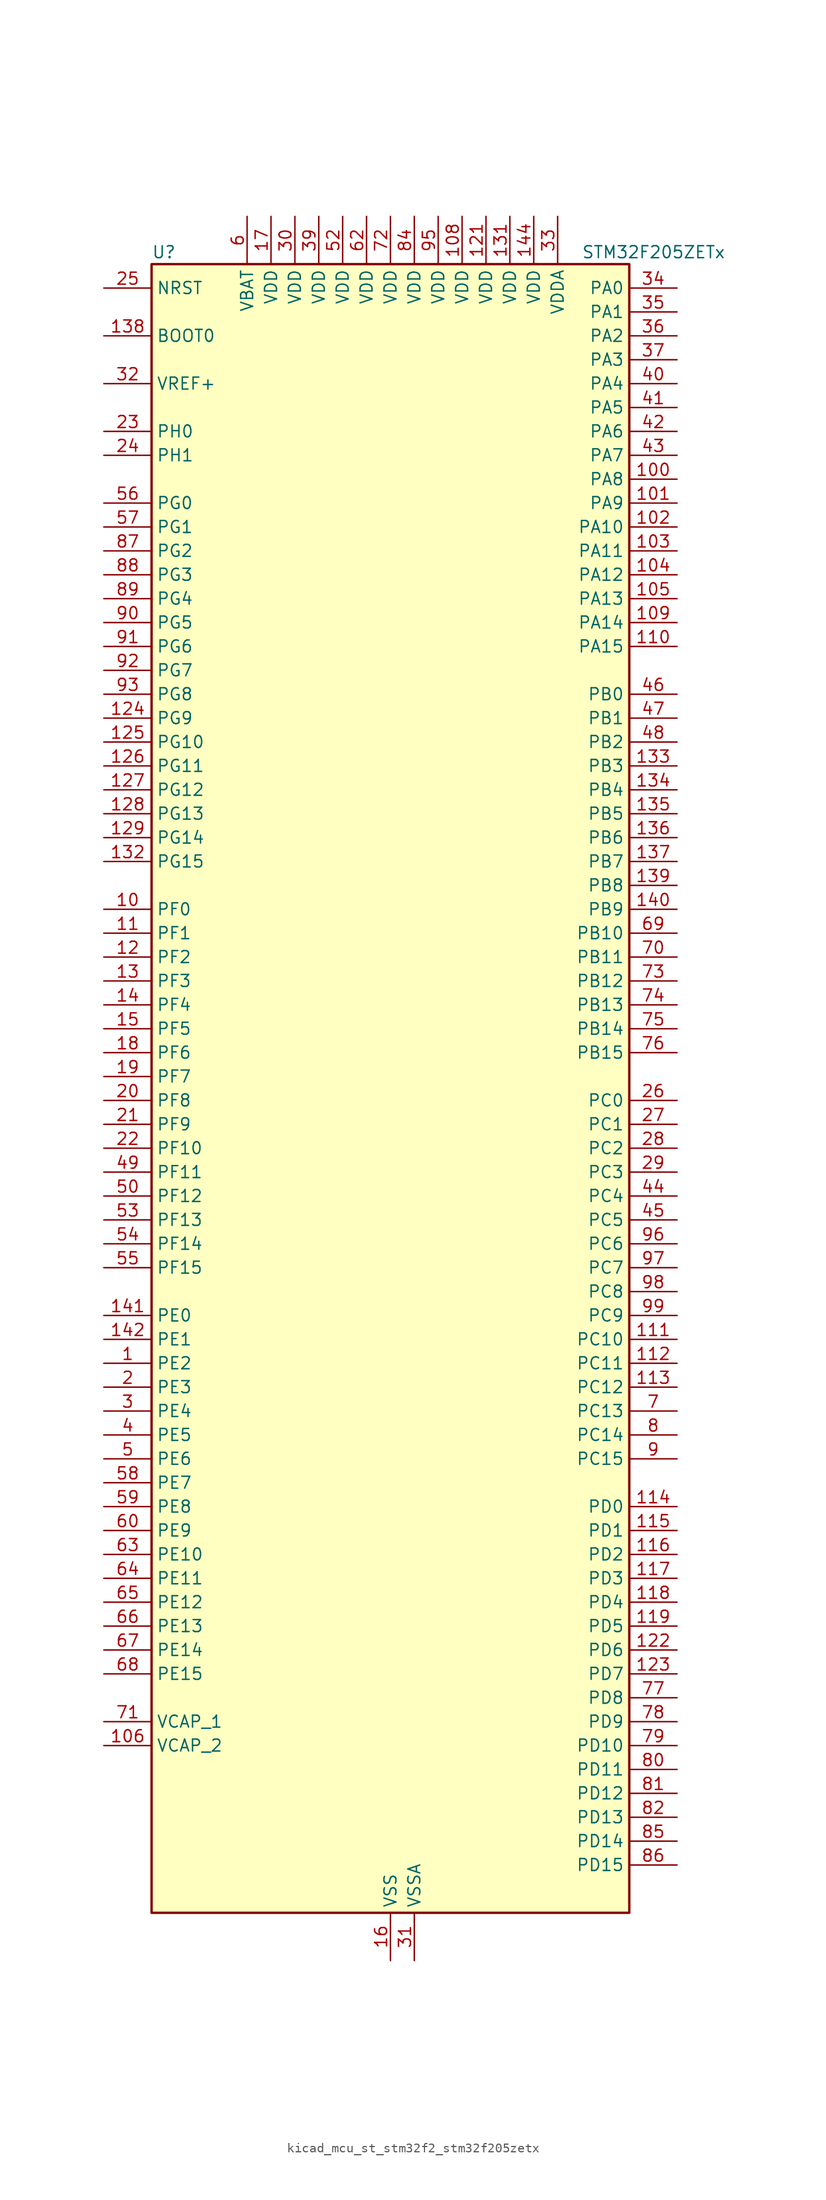
<source format=kicad_sym>
(kicad_symbol_lib
  (version 20220914)
  (generator kicad_symbol_editor)
  (symbol "kicad_mcu_st_stm32f2_stm32f205zetx"
    (property "Reference" "U"
      (at -25.4 90.17 0)
      (effects (font (size 1.27 1.27)) (justify left)))
    (property "Value" "STM32F205ZETx"
      (at 20.32 90.17 0)
      (effects (font (size 1.27 1.27)) (justify left)))
    (property "ki_locked" ""
      (at 0 0 0)
      (effects (font (size 1.27 1.27))))
    (symbol "kicad_mcu_st_stm32f2_stm32f205zetx_0_1"
      (rectangle (start -25.4 -86.36) (end 25.4 88.9) (stroke (width 0.254) (type default)) (fill (type background))))
    (symbol "kicad_mcu_st_stm32f2_stm32f205zetx_1_1"
      (pin bidirectional line (at -30.48 -27.94 0) (length 5.08) (name "PE2" (effects (font (size 1.27 1.27)))) (number "1" (effects (font (size 1.27 1.27)))) (alternate "FSMC_A23" bidirectional line) (alternate "SYS_TRACECLK" bidirectional line))
      (pin bidirectional line (at -30.48 20.32 0) (length 5.08) (name "PF0" (effects (font (size 1.27 1.27)))) (number "10" (effects (font (size 1.27 1.27)))) (alternate "FSMC_A0" bidirectional line) (alternate "I2C2_SDA" bidirectional line))
      (pin bidirectional line (at 30.48 66.04 180) (length 5.08) (name "PA8" (effects (font (size 1.27 1.27)))) (number "100" (effects (font (size 1.27 1.27)))) (alternate "I2C3_SCL" bidirectional line) (alternate "RCC_MCO_1" bidirectional line) (alternate "TIM1_CH1" bidirectional line) (alternate "USART1_CK" bidirectional line) (alternate "USB_OTG_FS_SOF" bidirectional line))
      (pin bidirectional line (at 30.48 63.5 180) (length 5.08) (name "PA9" (effects (font (size 1.27 1.27)))) (number "101" (effects (font (size 1.27 1.27)))) (alternate "DAC_EXTI9" bidirectional line) (alternate "I2C3_SMBA" bidirectional line) (alternate "TIM1_CH2" bidirectional line) (alternate "USART1_TX" bidirectional line) (alternate "USB_OTG_FS_VBUS" bidirectional line))
      (pin bidirectional line (at 30.48 60.96 180) (length 5.08) (name "PA10" (effects (font (size 1.27 1.27)))) (number "102" (effects (font (size 1.27 1.27)))) (alternate "TIM1_CH3" bidirectional line) (alternate "USART1_RX" bidirectional line) (alternate "USB_OTG_FS_ID" bidirectional line))
      (pin bidirectional line (at 30.48 58.42 180) (length 5.08) (name "PA11" (effects (font (size 1.27 1.27)))) (number "103" (effects (font (size 1.27 1.27)))) (alternate "ADC1_EXTI11" bidirectional line) (alternate "ADC2_EXTI11" bidirectional line) (alternate "ADC3_EXTI11" bidirectional line) (alternate "CAN1_RX" bidirectional line) (alternate "TIM1_CH4" bidirectional line) (alternate "USART1_CTS" bidirectional line) (alternate "USB_OTG_FS_DM" bidirectional line))
      (pin bidirectional line (at 30.48 55.88 180) (length 5.08) (name "PA12" (effects (font (size 1.27 1.27)))) (number "104" (effects (font (size 1.27 1.27)))) (alternate "CAN1_TX" bidirectional line) (alternate "TIM1_ETR" bidirectional line) (alternate "USART1_RTS" bidirectional line) (alternate "USB_OTG_FS_DP" bidirectional line))
      (pin bidirectional line (at 30.48 53.34 180) (length 5.08) (name "PA13" (effects (font (size 1.27 1.27)))) (number "105" (effects (font (size 1.27 1.27)))) (alternate "SYS_JTMS-SWDIO" bidirectional line))
      (pin power_out line (at -30.48 -68.58 0) (length 5.08) (name "VCAP_2" (effects (font (size 1.27 1.27)))) (number "106" (effects (font (size 1.27 1.27)))))
      (pin passive line (at 0 -91.44 90) (length 5.08) hide (name "VSS" (effects (font (size 1.27 1.27)))) (number "107" (effects (font (size 1.27 1.27)))))
      (pin power_in line (at 7.62 93.98 270) (length 5.08) (name "VDD" (effects (font (size 1.27 1.27)))) (number "108" (effects (font (size 1.27 1.27)))))
      (pin bidirectional line (at 30.48 50.8 180) (length 5.08) (name "PA14" (effects (font (size 1.27 1.27)))) (number "109" (effects (font (size 1.27 1.27)))) (alternate "SYS_JTCK-SWCLK" bidirectional line))
      (pin bidirectional line (at -30.48 17.78 0) (length 5.08) (name "PF1" (effects (font (size 1.27 1.27)))) (number "11" (effects (font (size 1.27 1.27)))) (alternate "FSMC_A1" bidirectional line) (alternate "I2C2_SCL" bidirectional line))
      (pin bidirectional line (at 30.48 48.26 180) (length 5.08) (name "PA15" (effects (font (size 1.27 1.27)))) (number "110" (effects (font (size 1.27 1.27)))) (alternate "ADC1_EXTI15" bidirectional line) (alternate "ADC2_EXTI15" bidirectional line) (alternate "ADC3_EXTI15" bidirectional line) (alternate "I2S3_WS" bidirectional line) (alternate "SPI1_NSS" bidirectional line) (alternate "SPI3_NSS" bidirectional line) (alternate "SYS_JTDI" bidirectional line) (alternate "TIM2_CH1" bidirectional line) (alternate "TIM2_ETR" bidirectional line))
      (pin bidirectional line (at 30.48 -25.4 180) (length 5.08) (name "PC10" (effects (font (size 1.27 1.27)))) (number "111" (effects (font (size 1.27 1.27)))) (alternate "I2S3_SCK" bidirectional line) (alternate "SDIO_D2" bidirectional line) (alternate "SPI3_SCK" bidirectional line) (alternate "UART4_TX" bidirectional line) (alternate "USART3_TX" bidirectional line))
      (pin bidirectional line (at 30.48 -27.94 180) (length 5.08) (name "PC11" (effects (font (size 1.27 1.27)))) (number "112" (effects (font (size 1.27 1.27)))) (alternate "ADC1_EXTI11" bidirectional line) (alternate "ADC2_EXTI11" bidirectional line) (alternate "ADC3_EXTI11" bidirectional line) (alternate "SDIO_D3" bidirectional line) (alternate "SPI3_MISO" bidirectional line) (alternate "UART4_RX" bidirectional line) (alternate "USART3_RX" bidirectional line))
      (pin bidirectional line (at 30.48 -30.48 180) (length 5.08) (name "PC12" (effects (font (size 1.27 1.27)))) (number "113" (effects (font (size 1.27 1.27)))) (alternate "I2S3_SD" bidirectional line) (alternate "SDIO_CK" bidirectional line) (alternate "SPI3_MOSI" bidirectional line) (alternate "UART5_TX" bidirectional line) (alternate "USART3_CK" bidirectional line))
      (pin bidirectional line (at 30.48 -43.18 180) (length 5.08) (name "PD0" (effects (font (size 1.27 1.27)))) (number "114" (effects (font (size 1.27 1.27)))) (alternate "CAN1_RX" bidirectional line) (alternate "FSMC_D2" bidirectional line) (alternate "FSMC_DA2" bidirectional line))
      (pin bidirectional line (at 30.48 -45.72 180) (length 5.08) (name "PD1" (effects (font (size 1.27 1.27)))) (number "115" (effects (font (size 1.27 1.27)))) (alternate "CAN1_TX" bidirectional line) (alternate "FSMC_D3" bidirectional line) (alternate "FSMC_DA3" bidirectional line))
      (pin bidirectional line (at 30.48 -48.26 180) (length 5.08) (name "PD2" (effects (font (size 1.27 1.27)))) (number "116" (effects (font (size 1.27 1.27)))) (alternate "SDIO_CMD" bidirectional line) (alternate "TIM3_ETR" bidirectional line) (alternate "UART5_RX" bidirectional line))
      (pin bidirectional line (at 30.48 -50.8 180) (length 5.08) (name "PD3" (effects (font (size 1.27 1.27)))) (number "117" (effects (font (size 1.27 1.27)))) (alternate "FSMC_CLK" bidirectional line) (alternate "USART2_CTS" bidirectional line))
      (pin bidirectional line (at 30.48 -53.34 180) (length 5.08) (name "PD4" (effects (font (size 1.27 1.27)))) (number "118" (effects (font (size 1.27 1.27)))) (alternate "FSMC_NOE" bidirectional line) (alternate "USART2_RTS" bidirectional line))
      (pin bidirectional line (at 30.48 -55.88 180) (length 5.08) (name "PD5" (effects (font (size 1.27 1.27)))) (number "119" (effects (font (size 1.27 1.27)))) (alternate "FSMC_NWE" bidirectional line) (alternate "USART2_TX" bidirectional line))
      (pin bidirectional line (at -30.48 15.24 0) (length 5.08) (name "PF2" (effects (font (size 1.27 1.27)))) (number "12" (effects (font (size 1.27 1.27)))) (alternate "FSMC_A2" bidirectional line) (alternate "I2C2_SMBA" bidirectional line))
      (pin passive line (at 0 -91.44 90) (length 5.08) hide (name "VSS" (effects (font (size 1.27 1.27)))) (number "120" (effects (font (size 1.27 1.27)))))
      (pin power_in line (at 10.16 93.98 270) (length 5.08) (name "VDD" (effects (font (size 1.27 1.27)))) (number "121" (effects (font (size 1.27 1.27)))))
      (pin bidirectional line (at 30.48 -58.42 180) (length 5.08) (name "PD6" (effects (font (size 1.27 1.27)))) (number "122" (effects (font (size 1.27 1.27)))) (alternate "FSMC_NWAIT" bidirectional line) (alternate "USART2_RX" bidirectional line))
      (pin bidirectional line (at 30.48 -60.96 180) (length 5.08) (name "PD7" (effects (font (size 1.27 1.27)))) (number "123" (effects (font (size 1.27 1.27)))) (alternate "FSMC_NCE2" bidirectional line) (alternate "FSMC_NE1" bidirectional line) (alternate "USART2_CK" bidirectional line))
      (pin bidirectional line (at -30.48 40.64 0) (length 5.08) (name "PG9" (effects (font (size 1.27 1.27)))) (number "124" (effects (font (size 1.27 1.27)))) (alternate "DAC_EXTI9" bidirectional line) (alternate "FSMC_NCE3" bidirectional line) (alternate "FSMC_NE2" bidirectional line) (alternate "USART6_RX" bidirectional line))
      (pin bidirectional line (at -30.48 38.1 0) (length 5.08) (name "PG10" (effects (font (size 1.27 1.27)))) (number "125" (effects (font (size 1.27 1.27)))) (alternate "FSMC_NCE4_1" bidirectional line) (alternate "FSMC_NE3" bidirectional line))
      (pin bidirectional line (at -30.48 35.56 0) (length 5.08) (name "PG11" (effects (font (size 1.27 1.27)))) (number "126" (effects (font (size 1.27 1.27)))) (alternate "ADC1_EXTI11" bidirectional line) (alternate "ADC2_EXTI11" bidirectional line) (alternate "ADC3_EXTI11" bidirectional line) (alternate "FSMC_NCE4_2" bidirectional line))
      (pin bidirectional line (at -30.48 33.02 0) (length 5.08) (name "PG12" (effects (font (size 1.27 1.27)))) (number "127" (effects (font (size 1.27 1.27)))) (alternate "FSMC_NE4" bidirectional line) (alternate "USART6_RTS" bidirectional line))
      (pin bidirectional line (at -30.48 30.48 0) (length 5.08) (name "PG13" (effects (font (size 1.27 1.27)))) (number "128" (effects (font (size 1.27 1.27)))) (alternate "FSMC_A24" bidirectional line) (alternate "USART6_CTS" bidirectional line))
      (pin bidirectional line (at -30.48 27.94 0) (length 5.08) (name "PG14" (effects (font (size 1.27 1.27)))) (number "129" (effects (font (size 1.27 1.27)))) (alternate "FSMC_A25" bidirectional line) (alternate "USART6_TX" bidirectional line))
      (pin bidirectional line (at -30.48 12.7 0) (length 5.08) (name "PF3" (effects (font (size 1.27 1.27)))) (number "13" (effects (font (size 1.27 1.27)))) (alternate "ADC3_IN9" bidirectional line) (alternate "FSMC_A3" bidirectional line))
      (pin passive line (at 0 -91.44 90) (length 5.08) hide (name "VSS" (effects (font (size 1.27 1.27)))) (number "130" (effects (font (size 1.27 1.27)))))
      (pin power_in line (at 12.7 93.98 270) (length 5.08) (name "VDD" (effects (font (size 1.27 1.27)))) (number "131" (effects (font (size 1.27 1.27)))))
      (pin bidirectional line (at -30.48 25.4 0) (length 5.08) (name "PG15" (effects (font (size 1.27 1.27)))) (number "132" (effects (font (size 1.27 1.27)))) (alternate "ADC1_EXTI15" bidirectional line) (alternate "ADC2_EXTI15" bidirectional line) (alternate "ADC3_EXTI15" bidirectional line) (alternate "USART6_CTS" bidirectional line))
      (pin bidirectional line (at 30.48 35.56 180) (length 5.08) (name "PB3" (effects (font (size 1.27 1.27)))) (number "133" (effects (font (size 1.27 1.27)))) (alternate "I2S3_SCK" bidirectional line) (alternate "SPI1_SCK" bidirectional line) (alternate "SPI3_SCK" bidirectional line) (alternate "SYS_JTDO-SWO" bidirectional line) (alternate "TIM2_CH2" bidirectional line))
      (pin bidirectional line (at 30.48 33.02 180) (length 5.08) (name "PB4" (effects (font (size 1.27 1.27)))) (number "134" (effects (font (size 1.27 1.27)))) (alternate "SPI1_MISO" bidirectional line) (alternate "SPI3_MISO" bidirectional line) (alternate "SYS_JTRST" bidirectional line) (alternate "TIM3_CH1" bidirectional line))
      (pin bidirectional line (at 30.48 30.48 180) (length 5.08) (name "PB5" (effects (font (size 1.27 1.27)))) (number "135" (effects (font (size 1.27 1.27)))) (alternate "CAN2_RX" bidirectional line) (alternate "I2C1_SMBA" bidirectional line) (alternate "I2S3_SD" bidirectional line) (alternate "SPI1_MOSI" bidirectional line) (alternate "SPI3_MOSI" bidirectional line) (alternate "TIM3_CH2" bidirectional line) (alternate "USB_OTG_HS_ULPI_D7" bidirectional line))
      (pin bidirectional line (at 30.48 27.94 180) (length 5.08) (name "PB6" (effects (font (size 1.27 1.27)))) (number "136" (effects (font (size 1.27 1.27)))) (alternate "CAN2_TX" bidirectional line) (alternate "I2C1_SCL" bidirectional line) (alternate "TIM4_CH1" bidirectional line) (alternate "USART1_TX" bidirectional line))
      (pin bidirectional line (at 30.48 25.4 180) (length 5.08) (name "PB7" (effects (font (size 1.27 1.27)))) (number "137" (effects (font (size 1.27 1.27)))) (alternate "FSMC_NL" bidirectional line) (alternate "I2C1_SDA" bidirectional line) (alternate "TIM4_CH2" bidirectional line) (alternate "USART1_RX" bidirectional line))
      (pin input line (at -30.48 81.28 0) (length 5.08) (name "BOOT0" (effects (font (size 1.27 1.27)))) (number "138" (effects (font (size 1.27 1.27)))))
      (pin bidirectional line (at 30.48 22.86 180) (length 5.08) (name "PB8" (effects (font (size 1.27 1.27)))) (number "139" (effects (font (size 1.27 1.27)))) (alternate "CAN1_RX" bidirectional line) (alternate "I2C1_SCL" bidirectional line) (alternate "SDIO_D4" bidirectional line) (alternate "TIM10_CH1" bidirectional line) (alternate "TIM4_CH3" bidirectional line))
      (pin bidirectional line (at -30.48 10.16 0) (length 5.08) (name "PF4" (effects (font (size 1.27 1.27)))) (number "14" (effects (font (size 1.27 1.27)))) (alternate "ADC3_IN14" bidirectional line) (alternate "FSMC_A4" bidirectional line))
      (pin bidirectional line (at 30.48 20.32 180) (length 5.08) (name "PB9" (effects (font (size 1.27 1.27)))) (number "140" (effects (font (size 1.27 1.27)))) (alternate "CAN1_TX" bidirectional line) (alternate "DAC_EXTI9" bidirectional line) (alternate "I2C1_SDA" bidirectional line) (alternate "I2S2_WS" bidirectional line) (alternate "SDIO_D5" bidirectional line) (alternate "SPI2_NSS" bidirectional line) (alternate "TIM11_CH1" bidirectional line) (alternate "TIM4_CH4" bidirectional line))
      (pin bidirectional line (at -30.48 -22.86 0) (length 5.08) (name "PE0" (effects (font (size 1.27 1.27)))) (number "141" (effects (font (size 1.27 1.27)))) (alternate "FSMC_NBL0" bidirectional line) (alternate "TIM4_ETR" bidirectional line))
      (pin bidirectional line (at -30.48 -25.4 0) (length 5.08) (name "PE1" (effects (font (size 1.27 1.27)))) (number "142" (effects (font (size 1.27 1.27)))) (alternate "FSMC_NBL1" bidirectional line))
      (pin no_connect line (at -25.4 -86.36 0) (length 5.08) hide (name "RFU" (effects (font (size 1.27 1.27)))) (number "143" (effects (font (size 1.27 1.27)))))
      (pin power_in line (at 15.24 93.98 270) (length 5.08) (name "VDD" (effects (font (size 1.27 1.27)))) (number "144" (effects (font (size 1.27 1.27)))))
      (pin bidirectional line (at -30.48 7.62 0) (length 5.08) (name "PF5" (effects (font (size 1.27 1.27)))) (number "15" (effects (font (size 1.27 1.27)))) (alternate "ADC3_IN15" bidirectional line) (alternate "FSMC_A5" bidirectional line))
      (pin power_in line (at 0 -91.44 90) (length 5.08) (name "VSS" (effects (font (size 1.27 1.27)))) (number "16" (effects (font (size 1.27 1.27)))))
      (pin power_in line (at -12.7 93.98 270) (length 5.08) (name "VDD" (effects (font (size 1.27 1.27)))) (number "17" (effects (font (size 1.27 1.27)))))
      (pin bidirectional line (at -30.48 5.08 0) (length 5.08) (name "PF6" (effects (font (size 1.27 1.27)))) (number "18" (effects (font (size 1.27 1.27)))) (alternate "ADC3_IN4" bidirectional line) (alternate "FSMC_NIORD" bidirectional line) (alternate "TIM10_CH1" bidirectional line))
      (pin bidirectional line (at -30.48 2.54 0) (length 5.08) (name "PF7" (effects (font (size 1.27 1.27)))) (number "19" (effects (font (size 1.27 1.27)))) (alternate "ADC3_IN5" bidirectional line) (alternate "FSMC_NREG" bidirectional line) (alternate "TIM11_CH1" bidirectional line))
      (pin bidirectional line (at -30.48 -30.48 0) (length 5.08) (name "PE3" (effects (font (size 1.27 1.27)))) (number "2" (effects (font (size 1.27 1.27)))) (alternate "FSMC_A19" bidirectional line) (alternate "SYS_TRACED0" bidirectional line))
      (pin bidirectional line (at -30.48 0 0) (length 5.08) (name "PF8" (effects (font (size 1.27 1.27)))) (number "20" (effects (font (size 1.27 1.27)))) (alternate "ADC3_IN6" bidirectional line) (alternate "FSMC_NIOWR" bidirectional line) (alternate "TIM13_CH1" bidirectional line))
      (pin bidirectional line (at -30.48 -2.54 0) (length 5.08) (name "PF9" (effects (font (size 1.27 1.27)))) (number "21" (effects (font (size 1.27 1.27)))) (alternate "ADC3_IN7" bidirectional line) (alternate "DAC_EXTI9" bidirectional line) (alternate "FSMC_CD" bidirectional line) (alternate "TIM14_CH1" bidirectional line))
      (pin bidirectional line (at -30.48 -5.08 0) (length 5.08) (name "PF10" (effects (font (size 1.27 1.27)))) (number "22" (effects (font (size 1.27 1.27)))) (alternate "ADC3_IN8" bidirectional line) (alternate "FSMC_INTR" bidirectional line))
      (pin bidirectional line (at -30.48 71.12 0) (length 5.08) (name "PH0" (effects (font (size 1.27 1.27)))) (number "23" (effects (font (size 1.27 1.27)))) (alternate "RCC_OSC_IN" bidirectional line))
      (pin bidirectional line (at -30.48 68.58 0) (length 5.08) (name "PH1" (effects (font (size 1.27 1.27)))) (number "24" (effects (font (size 1.27 1.27)))) (alternate "RCC_OSC_OUT" bidirectional line))
      (pin input line (at -30.48 86.36 0) (length 5.08) (name "NRST" (effects (font (size 1.27 1.27)))) (number "25" (effects (font (size 1.27 1.27)))))
      (pin bidirectional line (at 30.48 0 180) (length 5.08) (name "PC0" (effects (font (size 1.27 1.27)))) (number "26" (effects (font (size 1.27 1.27)))) (alternate "ADC1_IN10" bidirectional line) (alternate "ADC2_IN10" bidirectional line) (alternate "ADC3_IN10" bidirectional line) (alternate "USB_OTG_HS_ULPI_STP" bidirectional line))
      (pin bidirectional line (at 30.48 -2.54 180) (length 5.08) (name "PC1" (effects (font (size 1.27 1.27)))) (number "27" (effects (font (size 1.27 1.27)))) (alternate "ADC1_IN11" bidirectional line) (alternate "ADC2_IN11" bidirectional line) (alternate "ADC3_IN11" bidirectional line))
      (pin bidirectional line (at 30.48 -5.08 180) (length 5.08) (name "PC2" (effects (font (size 1.27 1.27)))) (number "28" (effects (font (size 1.27 1.27)))) (alternate "ADC1_IN12" bidirectional line) (alternate "ADC2_IN12" bidirectional line) (alternate "ADC3_IN12" bidirectional line) (alternate "SPI2_MISO" bidirectional line) (alternate "USB_OTG_HS_ULPI_DIR" bidirectional line))
      (pin bidirectional line (at 30.48 -7.62 180) (length 5.08) (name "PC3" (effects (font (size 1.27 1.27)))) (number "29" (effects (font (size 1.27 1.27)))) (alternate "ADC1_IN13" bidirectional line) (alternate "ADC2_IN13" bidirectional line) (alternate "ADC3_IN13" bidirectional line) (alternate "I2S2_SD" bidirectional line) (alternate "SPI2_MOSI" bidirectional line) (alternate "USB_OTG_HS_ULPI_NXT" bidirectional line))
      (pin bidirectional line (at -30.48 -33.02 0) (length 5.08) (name "PE4" (effects (font (size 1.27 1.27)))) (number "3" (effects (font (size 1.27 1.27)))) (alternate "FSMC_A20" bidirectional line) (alternate "SYS_TRACED1" bidirectional line))
      (pin power_in line (at -10.16 93.98 270) (length 5.08) (name "VDD" (effects (font (size 1.27 1.27)))) (number "30" (effects (font (size 1.27 1.27)))))
      (pin power_in line (at 2.54 -91.44 90) (length 5.08) (name "VSSA" (effects (font (size 1.27 1.27)))) (number "31" (effects (font (size 1.27 1.27)))))
      (pin input line (at -30.48 76.2 0) (length 5.08) (name "VREF+" (effects (font (size 1.27 1.27)))) (number "32" (effects (font (size 1.27 1.27)))))
      (pin power_in line (at 17.78 93.98 270) (length 5.08) (name "VDDA" (effects (font (size 1.27 1.27)))) (number "33" (effects (font (size 1.27 1.27)))))
      (pin bidirectional line (at 30.48 86.36 180) (length 5.08) (name "PA0" (effects (font (size 1.27 1.27)))) (number "34" (effects (font (size 1.27 1.27)))) (alternate "ADC1_IN0" bidirectional line) (alternate "ADC2_IN0" bidirectional line) (alternate "ADC3_IN0" bidirectional line) (alternate "SYS_WKUP" bidirectional line) (alternate "TIM2_CH1" bidirectional line) (alternate "TIM2_ETR" bidirectional line) (alternate "TIM5_CH1" bidirectional line) (alternate "TIM8_ETR" bidirectional line) (alternate "UART4_TX" bidirectional line) (alternate "USART2_CTS" bidirectional line))
      (pin bidirectional line (at 30.48 83.82 180) (length 5.08) (name "PA1" (effects (font (size 1.27 1.27)))) (number "35" (effects (font (size 1.27 1.27)))) (alternate "ADC1_IN1" bidirectional line) (alternate "ADC2_IN1" bidirectional line) (alternate "ADC3_IN1" bidirectional line) (alternate "TIM2_CH2" bidirectional line) (alternate "TIM5_CH2" bidirectional line) (alternate "UART4_RX" bidirectional line) (alternate "USART2_RTS" bidirectional line))
      (pin bidirectional line (at 30.48 81.28 180) (length 5.08) (name "PA2" (effects (font (size 1.27 1.27)))) (number "36" (effects (font (size 1.27 1.27)))) (alternate "ADC1_IN2" bidirectional line) (alternate "ADC2_IN2" bidirectional line) (alternate "ADC3_IN2" bidirectional line) (alternate "TIM2_CH3" bidirectional line) (alternate "TIM5_CH3" bidirectional line) (alternate "TIM9_CH1" bidirectional line) (alternate "USART2_TX" bidirectional line))
      (pin bidirectional line (at 30.48 78.74 180) (length 5.08) (name "PA3" (effects (font (size 1.27 1.27)))) (number "37" (effects (font (size 1.27 1.27)))) (alternate "ADC1_IN3" bidirectional line) (alternate "ADC2_IN3" bidirectional line) (alternate "ADC3_IN3" bidirectional line) (alternate "TIM2_CH4" bidirectional line) (alternate "TIM5_CH4" bidirectional line) (alternate "TIM9_CH2" bidirectional line) (alternate "USART2_RX" bidirectional line) (alternate "USB_OTG_HS_ULPI_D0" bidirectional line))
      (pin passive line (at 0 -91.44 90) (length 5.08) hide (name "VSS" (effects (font (size 1.27 1.27)))) (number "38" (effects (font (size 1.27 1.27)))))
      (pin power_in line (at -7.62 93.98 270) (length 5.08) (name "VDD" (effects (font (size 1.27 1.27)))) (number "39" (effects (font (size 1.27 1.27)))))
      (pin bidirectional line (at -30.48 -35.56 0) (length 5.08) (name "PE5" (effects (font (size 1.27 1.27)))) (number "4" (effects (font (size 1.27 1.27)))) (alternate "FSMC_A21" bidirectional line) (alternate "SYS_TRACED2" bidirectional line) (alternate "TIM9_CH1" bidirectional line))
      (pin bidirectional line (at 30.48 76.2 180) (length 5.08) (name "PA4" (effects (font (size 1.27 1.27)))) (number "40" (effects (font (size 1.27 1.27)))) (alternate "ADC1_IN4" bidirectional line) (alternate "ADC2_IN4" bidirectional line) (alternate "DAC_OUT1" bidirectional line) (alternate "I2S3_WS" bidirectional line) (alternate "SPI1_NSS" bidirectional line) (alternate "SPI3_NSS" bidirectional line) (alternate "USART2_CK" bidirectional line) (alternate "USB_OTG_HS_SOF" bidirectional line))
      (pin bidirectional line (at 30.48 73.66 180) (length 5.08) (name "PA5" (effects (font (size 1.27 1.27)))) (number "41" (effects (font (size 1.27 1.27)))) (alternate "ADC1_IN5" bidirectional line) (alternate "ADC2_IN5" bidirectional line) (alternate "DAC_OUT2" bidirectional line) (alternate "SPI1_SCK" bidirectional line) (alternate "TIM2_CH1" bidirectional line) (alternate "TIM2_ETR" bidirectional line) (alternate "TIM8_CH1N" bidirectional line) (alternate "USB_OTG_HS_ULPI_CK" bidirectional line))
      (pin bidirectional line (at 30.48 71.12 180) (length 5.08) (name "PA6" (effects (font (size 1.27 1.27)))) (number "42" (effects (font (size 1.27 1.27)))) (alternate "ADC1_IN6" bidirectional line) (alternate "ADC2_IN6" bidirectional line) (alternate "SPI1_MISO" bidirectional line) (alternate "TIM13_CH1" bidirectional line) (alternate "TIM1_BKIN" bidirectional line) (alternate "TIM3_CH1" bidirectional line) (alternate "TIM8_BKIN" bidirectional line))
      (pin bidirectional line (at 30.48 68.58 180) (length 5.08) (name "PA7" (effects (font (size 1.27 1.27)))) (number "43" (effects (font (size 1.27 1.27)))) (alternate "ADC1_IN7" bidirectional line) (alternate "ADC2_IN7" bidirectional line) (alternate "SPI1_MOSI" bidirectional line) (alternate "TIM14_CH1" bidirectional line) (alternate "TIM1_CH1N" bidirectional line) (alternate "TIM3_CH2" bidirectional line) (alternate "TIM8_CH1N" bidirectional line))
      (pin bidirectional line (at 30.48 -10.16 180) (length 5.08) (name "PC4" (effects (font (size 1.27 1.27)))) (number "44" (effects (font (size 1.27 1.27)))) (alternate "ADC1_IN14" bidirectional line) (alternate "ADC2_IN14" bidirectional line))
      (pin bidirectional line (at 30.48 -12.7 180) (length 5.08) (name "PC5" (effects (font (size 1.27 1.27)))) (number "45" (effects (font (size 1.27 1.27)))) (alternate "ADC1_IN15" bidirectional line) (alternate "ADC2_IN15" bidirectional line))
      (pin bidirectional line (at 30.48 43.18 180) (length 5.08) (name "PB0" (effects (font (size 1.27 1.27)))) (number "46" (effects (font (size 1.27 1.27)))) (alternate "ADC1_IN8" bidirectional line) (alternate "ADC2_IN8" bidirectional line) (alternate "TIM1_CH2N" bidirectional line) (alternate "TIM3_CH3" bidirectional line) (alternate "TIM8_CH2N" bidirectional line) (alternate "USB_OTG_HS_ULPI_D1" bidirectional line))
      (pin bidirectional line (at 30.48 40.64 180) (length 5.08) (name "PB1" (effects (font (size 1.27 1.27)))) (number "47" (effects (font (size 1.27 1.27)))) (alternate "ADC1_IN9" bidirectional line) (alternate "ADC2_IN9" bidirectional line) (alternate "TIM1_CH3N" bidirectional line) (alternate "TIM3_CH4" bidirectional line) (alternate "TIM8_CH3N" bidirectional line) (alternate "USB_OTG_HS_ULPI_D2" bidirectional line))
      (pin bidirectional line (at 30.48 38.1 180) (length 5.08) (name "PB2" (effects (font (size 1.27 1.27)))) (number "48" (effects (font (size 1.27 1.27)))))
      (pin bidirectional line (at -30.48 -7.62 0) (length 5.08) (name "PF11" (effects (font (size 1.27 1.27)))) (number "49" (effects (font (size 1.27 1.27)))) (alternate "ADC1_EXTI11" bidirectional line) (alternate "ADC2_EXTI11" bidirectional line) (alternate "ADC3_EXTI11" bidirectional line))
      (pin bidirectional line (at -30.48 -38.1 0) (length 5.08) (name "PE6" (effects (font (size 1.27 1.27)))) (number "5" (effects (font (size 1.27 1.27)))) (alternate "FSMC_A22" bidirectional line) (alternate "SYS_TRACED3" bidirectional line) (alternate "TIM9_CH2" bidirectional line))
      (pin bidirectional line (at -30.48 -10.16 0) (length 5.08) (name "PF12" (effects (font (size 1.27 1.27)))) (number "50" (effects (font (size 1.27 1.27)))) (alternate "FSMC_A6" bidirectional line))
      (pin passive line (at 0 -91.44 90) (length 5.08) hide (name "VSS" (effects (font (size 1.27 1.27)))) (number "51" (effects (font (size 1.27 1.27)))))
      (pin power_in line (at -5.08 93.98 270) (length 5.08) (name "VDD" (effects (font (size 1.27 1.27)))) (number "52" (effects (font (size 1.27 1.27)))))
      (pin bidirectional line (at -30.48 -12.7 0) (length 5.08) (name "PF13" (effects (font (size 1.27 1.27)))) (number "53" (effects (font (size 1.27 1.27)))) (alternate "FSMC_A7" bidirectional line))
      (pin bidirectional line (at -30.48 -15.24 0) (length 5.08) (name "PF14" (effects (font (size 1.27 1.27)))) (number "54" (effects (font (size 1.27 1.27)))) (alternate "FSMC_A8" bidirectional line))
      (pin bidirectional line (at -30.48 -17.78 0) (length 5.08) (name "PF15" (effects (font (size 1.27 1.27)))) (number "55" (effects (font (size 1.27 1.27)))) (alternate "ADC1_EXTI15" bidirectional line) (alternate "ADC2_EXTI15" bidirectional line) (alternate "ADC3_EXTI15" bidirectional line) (alternate "FSMC_A9" bidirectional line))
      (pin bidirectional line (at -30.48 63.5 0) (length 5.08) (name "PG0" (effects (font (size 1.27 1.27)))) (number "56" (effects (font (size 1.27 1.27)))) (alternate "FSMC_A10" bidirectional line))
      (pin bidirectional line (at -30.48 60.96 0) (length 5.08) (name "PG1" (effects (font (size 1.27 1.27)))) (number "57" (effects (font (size 1.27 1.27)))) (alternate "FSMC_A11" bidirectional line))
      (pin bidirectional line (at -30.48 -40.64 0) (length 5.08) (name "PE7" (effects (font (size 1.27 1.27)))) (number "58" (effects (font (size 1.27 1.27)))) (alternate "FSMC_D4" bidirectional line) (alternate "FSMC_DA4" bidirectional line) (alternate "TIM1_ETR" bidirectional line))
      (pin bidirectional line (at -30.48 -43.18 0) (length 5.08) (name "PE8" (effects (font (size 1.27 1.27)))) (number "59" (effects (font (size 1.27 1.27)))) (alternate "FSMC_D5" bidirectional line) (alternate "FSMC_DA5" bidirectional line) (alternate "TIM1_CH1N" bidirectional line))
      (pin power_in line (at -15.24 93.98 270) (length 5.08) (name "VBAT" (effects (font (size 1.27 1.27)))) (number "6" (effects (font (size 1.27 1.27)))))
      (pin bidirectional line (at -30.48 -45.72 0) (length 5.08) (name "PE9" (effects (font (size 1.27 1.27)))) (number "60" (effects (font (size 1.27 1.27)))) (alternate "DAC_EXTI9" bidirectional line) (alternate "FSMC_D6" bidirectional line) (alternate "FSMC_DA6" bidirectional line) (alternate "TIM1_CH1" bidirectional line))
      (pin passive line (at 0 -91.44 90) (length 5.08) hide (name "VSS" (effects (font (size 1.27 1.27)))) (number "61" (effects (font (size 1.27 1.27)))))
      (pin power_in line (at -2.54 93.98 270) (length 5.08) (name "VDD" (effects (font (size 1.27 1.27)))) (number "62" (effects (font (size 1.27 1.27)))))
      (pin bidirectional line (at -30.48 -48.26 0) (length 5.08) (name "PE10" (effects (font (size 1.27 1.27)))) (number "63" (effects (font (size 1.27 1.27)))) (alternate "FSMC_D7" bidirectional line) (alternate "FSMC_DA7" bidirectional line) (alternate "TIM1_CH2N" bidirectional line))
      (pin bidirectional line (at -30.48 -50.8 0) (length 5.08) (name "PE11" (effects (font (size 1.27 1.27)))) (number "64" (effects (font (size 1.27 1.27)))) (alternate "ADC1_EXTI11" bidirectional line) (alternate "ADC2_EXTI11" bidirectional line) (alternate "ADC3_EXTI11" bidirectional line) (alternate "FSMC_D8" bidirectional line) (alternate "FSMC_DA8" bidirectional line) (alternate "TIM1_CH2" bidirectional line))
      (pin bidirectional line (at -30.48 -53.34 0) (length 5.08) (name "PE12" (effects (font (size 1.27 1.27)))) (number "65" (effects (font (size 1.27 1.27)))) (alternate "FSMC_D9" bidirectional line) (alternate "FSMC_DA9" bidirectional line) (alternate "TIM1_CH3N" bidirectional line))
      (pin bidirectional line (at -30.48 -55.88 0) (length 5.08) (name "PE13" (effects (font (size 1.27 1.27)))) (number "66" (effects (font (size 1.27 1.27)))) (alternate "FSMC_D10" bidirectional line) (alternate "FSMC_DA10" bidirectional line) (alternate "TIM1_CH3" bidirectional line))
      (pin bidirectional line (at -30.48 -58.42 0) (length 5.08) (name "PE14" (effects (font (size 1.27 1.27)))) (number "67" (effects (font (size 1.27 1.27)))) (alternate "FSMC_D11" bidirectional line) (alternate "FSMC_DA11" bidirectional line) (alternate "TIM1_CH4" bidirectional line))
      (pin bidirectional line (at -30.48 -60.96 0) (length 5.08) (name "PE15" (effects (font (size 1.27 1.27)))) (number "68" (effects (font (size 1.27 1.27)))) (alternate "ADC1_EXTI15" bidirectional line) (alternate "ADC2_EXTI15" bidirectional line) (alternate "ADC3_EXTI15" bidirectional line) (alternate "FSMC_D12" bidirectional line) (alternate "FSMC_DA12" bidirectional line) (alternate "TIM1_BKIN" bidirectional line))
      (pin bidirectional line (at 30.48 17.78 180) (length 5.08) (name "PB10" (effects (font (size 1.27 1.27)))) (number "69" (effects (font (size 1.27 1.27)))) (alternate "I2C2_SCL" bidirectional line) (alternate "I2S2_SCK" bidirectional line) (alternate "SPI2_SCK" bidirectional line) (alternate "TIM2_CH3" bidirectional line) (alternate "USART3_TX" bidirectional line) (alternate "USB_OTG_HS_ULPI_D3" bidirectional line))
      (pin bidirectional line (at 30.48 -33.02 180) (length 5.08) (name "PC13" (effects (font (size 1.27 1.27)))) (number "7" (effects (font (size 1.27 1.27)))) (alternate "RTC_AF1" bidirectional line))
      (pin bidirectional line (at 30.48 15.24 180) (length 5.08) (name "PB11" (effects (font (size 1.27 1.27)))) (number "70" (effects (font (size 1.27 1.27)))) (alternate "ADC1_EXTI11" bidirectional line) (alternate "ADC2_EXTI11" bidirectional line) (alternate "ADC3_EXTI11" bidirectional line) (alternate "I2C2_SDA" bidirectional line) (alternate "TIM2_CH4" bidirectional line) (alternate "USART3_RX" bidirectional line) (alternate "USB_OTG_HS_ULPI_D4" bidirectional line))
      (pin power_out line (at -30.48 -66.04 0) (length 5.08) (name "VCAP_1" (effects (font (size 1.27 1.27)))) (number "71" (effects (font (size 1.27 1.27)))))
      (pin power_in line (at 0 93.98 270) (length 5.08) (name "VDD" (effects (font (size 1.27 1.27)))) (number "72" (effects (font (size 1.27 1.27)))))
      (pin bidirectional line (at 30.48 12.7 180) (length 5.08) (name "PB12" (effects (font (size 1.27 1.27)))) (number "73" (effects (font (size 1.27 1.27)))) (alternate "CAN2_RX" bidirectional line) (alternate "I2C2_SMBA" bidirectional line) (alternate "I2S2_WS" bidirectional line) (alternate "SPI2_NSS" bidirectional line) (alternate "TIM1_BKIN" bidirectional line) (alternate "USART3_CK" bidirectional line) (alternate "USB_OTG_HS_ID" bidirectional line) (alternate "USB_OTG_HS_ULPI_D5" bidirectional line))
      (pin bidirectional line (at 30.48 10.16 180) (length 5.08) (name "PB13" (effects (font (size 1.27 1.27)))) (number "74" (effects (font (size 1.27 1.27)))) (alternate "CAN2_TX" bidirectional line) (alternate "I2S2_SCK" bidirectional line) (alternate "SPI2_SCK" bidirectional line) (alternate "TIM1_CH1N" bidirectional line) (alternate "USART3_CTS" bidirectional line) (alternate "USB_OTG_HS_ULPI_D6" bidirectional line) (alternate "USB_OTG_HS_VBUS" bidirectional line))
      (pin bidirectional line (at 30.48 7.62 180) (length 5.08) (name "PB14" (effects (font (size 1.27 1.27)))) (number "75" (effects (font (size 1.27 1.27)))) (alternate "SPI2_MISO" bidirectional line) (alternate "TIM12_CH1" bidirectional line) (alternate "TIM1_CH2N" bidirectional line) (alternate "TIM8_CH2N" bidirectional line) (alternate "USART3_RTS" bidirectional line) (alternate "USB_OTG_HS_DM" bidirectional line))
      (pin bidirectional line (at 30.48 5.08 180) (length 5.08) (name "PB15" (effects (font (size 1.27 1.27)))) (number "76" (effects (font (size 1.27 1.27)))) (alternate "ADC1_EXTI15" bidirectional line) (alternate "ADC2_EXTI15" bidirectional line) (alternate "ADC3_EXTI15" bidirectional line) (alternate "I2S2_SD" bidirectional line) (alternate "RTC_REFIN" bidirectional line) (alternate "SPI2_MOSI" bidirectional line) (alternate "TIM12_CH2" bidirectional line) (alternate "TIM1_CH3N" bidirectional line) (alternate "TIM8_CH3N" bidirectional line) (alternate "USB_OTG_HS_DP" bidirectional line))
      (pin bidirectional line (at 30.48 -63.5 180) (length 5.08) (name "PD8" (effects (font (size 1.27 1.27)))) (number "77" (effects (font (size 1.27 1.27)))) (alternate "FSMC_D13" bidirectional line) (alternate "FSMC_DA13" bidirectional line) (alternate "USART3_TX" bidirectional line))
      (pin bidirectional line (at 30.48 -66.04 180) (length 5.08) (name "PD9" (effects (font (size 1.27 1.27)))) (number "78" (effects (font (size 1.27 1.27)))) (alternate "DAC_EXTI9" bidirectional line) (alternate "FSMC_D14" bidirectional line) (alternate "FSMC_DA14" bidirectional line) (alternate "USART3_RX" bidirectional line))
      (pin bidirectional line (at 30.48 -68.58 180) (length 5.08) (name "PD10" (effects (font (size 1.27 1.27)))) (number "79" (effects (font (size 1.27 1.27)))) (alternate "FSMC_D15" bidirectional line) (alternate "FSMC_DA15" bidirectional line) (alternate "USART3_CK" bidirectional line))
      (pin bidirectional line (at 30.48 -35.56 180) (length 5.08) (name "PC14" (effects (font (size 1.27 1.27)))) (number "8" (effects (font (size 1.27 1.27)))) (alternate "RCC_OSC32_IN" bidirectional line))
      (pin bidirectional line (at 30.48 -71.12 180) (length 5.08) (name "PD11" (effects (font (size 1.27 1.27)))) (number "80" (effects (font (size 1.27 1.27)))) (alternate "ADC1_EXTI11" bidirectional line) (alternate "ADC2_EXTI11" bidirectional line) (alternate "ADC3_EXTI11" bidirectional line) (alternate "FSMC_A16" bidirectional line) (alternate "FSMC_CLE" bidirectional line) (alternate "USART3_CTS" bidirectional line))
      (pin bidirectional line (at 30.48 -73.66 180) (length 5.08) (name "PD12" (effects (font (size 1.27 1.27)))) (number "81" (effects (font (size 1.27 1.27)))) (alternate "FSMC_A17" bidirectional line) (alternate "FSMC_ALE" bidirectional line) (alternate "TIM4_CH1" bidirectional line) (alternate "USART3_RTS" bidirectional line))
      (pin bidirectional line (at 30.48 -76.2 180) (length 5.08) (name "PD13" (effects (font (size 1.27 1.27)))) (number "82" (effects (font (size 1.27 1.27)))) (alternate "FSMC_A18" bidirectional line) (alternate "TIM4_CH2" bidirectional line))
      (pin passive line (at 0 -91.44 90) (length 5.08) hide (name "VSS" (effects (font (size 1.27 1.27)))) (number "83" (effects (font (size 1.27 1.27)))))
      (pin power_in line (at 2.54 93.98 270) (length 5.08) (name "VDD" (effects (font (size 1.27 1.27)))) (number "84" (effects (font (size 1.27 1.27)))))
      (pin bidirectional line (at 30.48 -78.74 180) (length 5.08) (name "PD14" (effects (font (size 1.27 1.27)))) (number "85" (effects (font (size 1.27 1.27)))) (alternate "FSMC_D0" bidirectional line) (alternate "FSMC_DA0" bidirectional line) (alternate "TIM4_CH3" bidirectional line))
      (pin bidirectional line (at 30.48 -81.28 180) (length 5.08) (name "PD15" (effects (font (size 1.27 1.27)))) (number "86" (effects (font (size 1.27 1.27)))) (alternate "ADC1_EXTI15" bidirectional line) (alternate "ADC2_EXTI15" bidirectional line) (alternate "ADC3_EXTI15" bidirectional line) (alternate "FSMC_D1" bidirectional line) (alternate "FSMC_DA1" bidirectional line) (alternate "TIM4_CH4" bidirectional line))
      (pin bidirectional line (at -30.48 58.42 0) (length 5.08) (name "PG2" (effects (font (size 1.27 1.27)))) (number "87" (effects (font (size 1.27 1.27)))) (alternate "FSMC_A12" bidirectional line))
      (pin bidirectional line (at -30.48 55.88 0) (length 5.08) (name "PG3" (effects (font (size 1.27 1.27)))) (number "88" (effects (font (size 1.27 1.27)))) (alternate "FSMC_A13" bidirectional line))
      (pin bidirectional line (at -30.48 53.34 0) (length 5.08) (name "PG4" (effects (font (size 1.27 1.27)))) (number "89" (effects (font (size 1.27 1.27)))) (alternate "FSMC_A14" bidirectional line))
      (pin bidirectional line (at 30.48 -38.1 180) (length 5.08) (name "PC15" (effects (font (size 1.27 1.27)))) (number "9" (effects (font (size 1.27 1.27)))) (alternate "ADC1_EXTI15" bidirectional line) (alternate "ADC2_EXTI15" bidirectional line) (alternate "ADC3_EXTI15" bidirectional line) (alternate "RCC_OSC32_OUT" bidirectional line))
      (pin bidirectional line (at -30.48 50.8 0) (length 5.08) (name "PG5" (effects (font (size 1.27 1.27)))) (number "90" (effects (font (size 1.27 1.27)))) (alternate "FSMC_A15" bidirectional line))
      (pin bidirectional line (at -30.48 48.26 0) (length 5.08) (name "PG6" (effects (font (size 1.27 1.27)))) (number "91" (effects (font (size 1.27 1.27)))) (alternate "FSMC_INT2" bidirectional line))
      (pin bidirectional line (at -30.48 45.72 0) (length 5.08) (name "PG7" (effects (font (size 1.27 1.27)))) (number "92" (effects (font (size 1.27 1.27)))) (alternate "FSMC_INT3" bidirectional line) (alternate "USART6_CK" bidirectional line))
      (pin bidirectional line (at -30.48 43.18 0) (length 5.08) (name "PG8" (effects (font (size 1.27 1.27)))) (number "93" (effects (font (size 1.27 1.27)))) (alternate "USART6_RTS" bidirectional line))
      (pin passive line (at 0 -91.44 90) (length 5.08) hide (name "VSS" (effects (font (size 1.27 1.27)))) (number "94" (effects (font (size 1.27 1.27)))))
      (pin power_in line (at 5.08 93.98 270) (length 5.08) (name "VDD" (effects (font (size 1.27 1.27)))) (number "95" (effects (font (size 1.27 1.27)))))
      (pin bidirectional line (at 30.48 -15.24 180) (length 5.08) (name "PC6" (effects (font (size 1.27 1.27)))) (number "96" (effects (font (size 1.27 1.27)))) (alternate "I2S2_MCK" bidirectional line) (alternate "SDIO_D6" bidirectional line) (alternate "TIM3_CH1" bidirectional line) (alternate "TIM8_CH1" bidirectional line) (alternate "USART6_TX" bidirectional line))
      (pin bidirectional line (at 30.48 -17.78 180) (length 5.08) (name "PC7" (effects (font (size 1.27 1.27)))) (number "97" (effects (font (size 1.27 1.27)))) (alternate "I2S3_MCK" bidirectional line) (alternate "SDIO_D7" bidirectional line) (alternate "TIM3_CH2" bidirectional line) (alternate "TIM8_CH2" bidirectional line) (alternate "USART6_RX" bidirectional line))
      (pin bidirectional line (at 30.48 -20.32 180) (length 5.08) (name "PC8" (effects (font (size 1.27 1.27)))) (number "98" (effects (font (size 1.27 1.27)))) (alternate "SDIO_D0" bidirectional line) (alternate "TIM3_CH3" bidirectional line) (alternate "TIM8_CH3" bidirectional line) (alternate "USART6_CK" bidirectional line))
      (pin bidirectional line (at 30.48 -22.86 180) (length 5.08) (name "PC9" (effects (font (size 1.27 1.27)))) (number "99" (effects (font (size 1.27 1.27)))) (alternate "DAC_EXTI9" bidirectional line) (alternate "I2C3_SDA" bidirectional line) (alternate "I2S_CKIN" bidirectional line) (alternate "RCC_MCO_2" bidirectional line) (alternate "SDIO_D1" bidirectional line) (alternate "TIM3_CH4" bidirectional line) (alternate "TIM8_CH4" bidirectional line)))))
</source>
